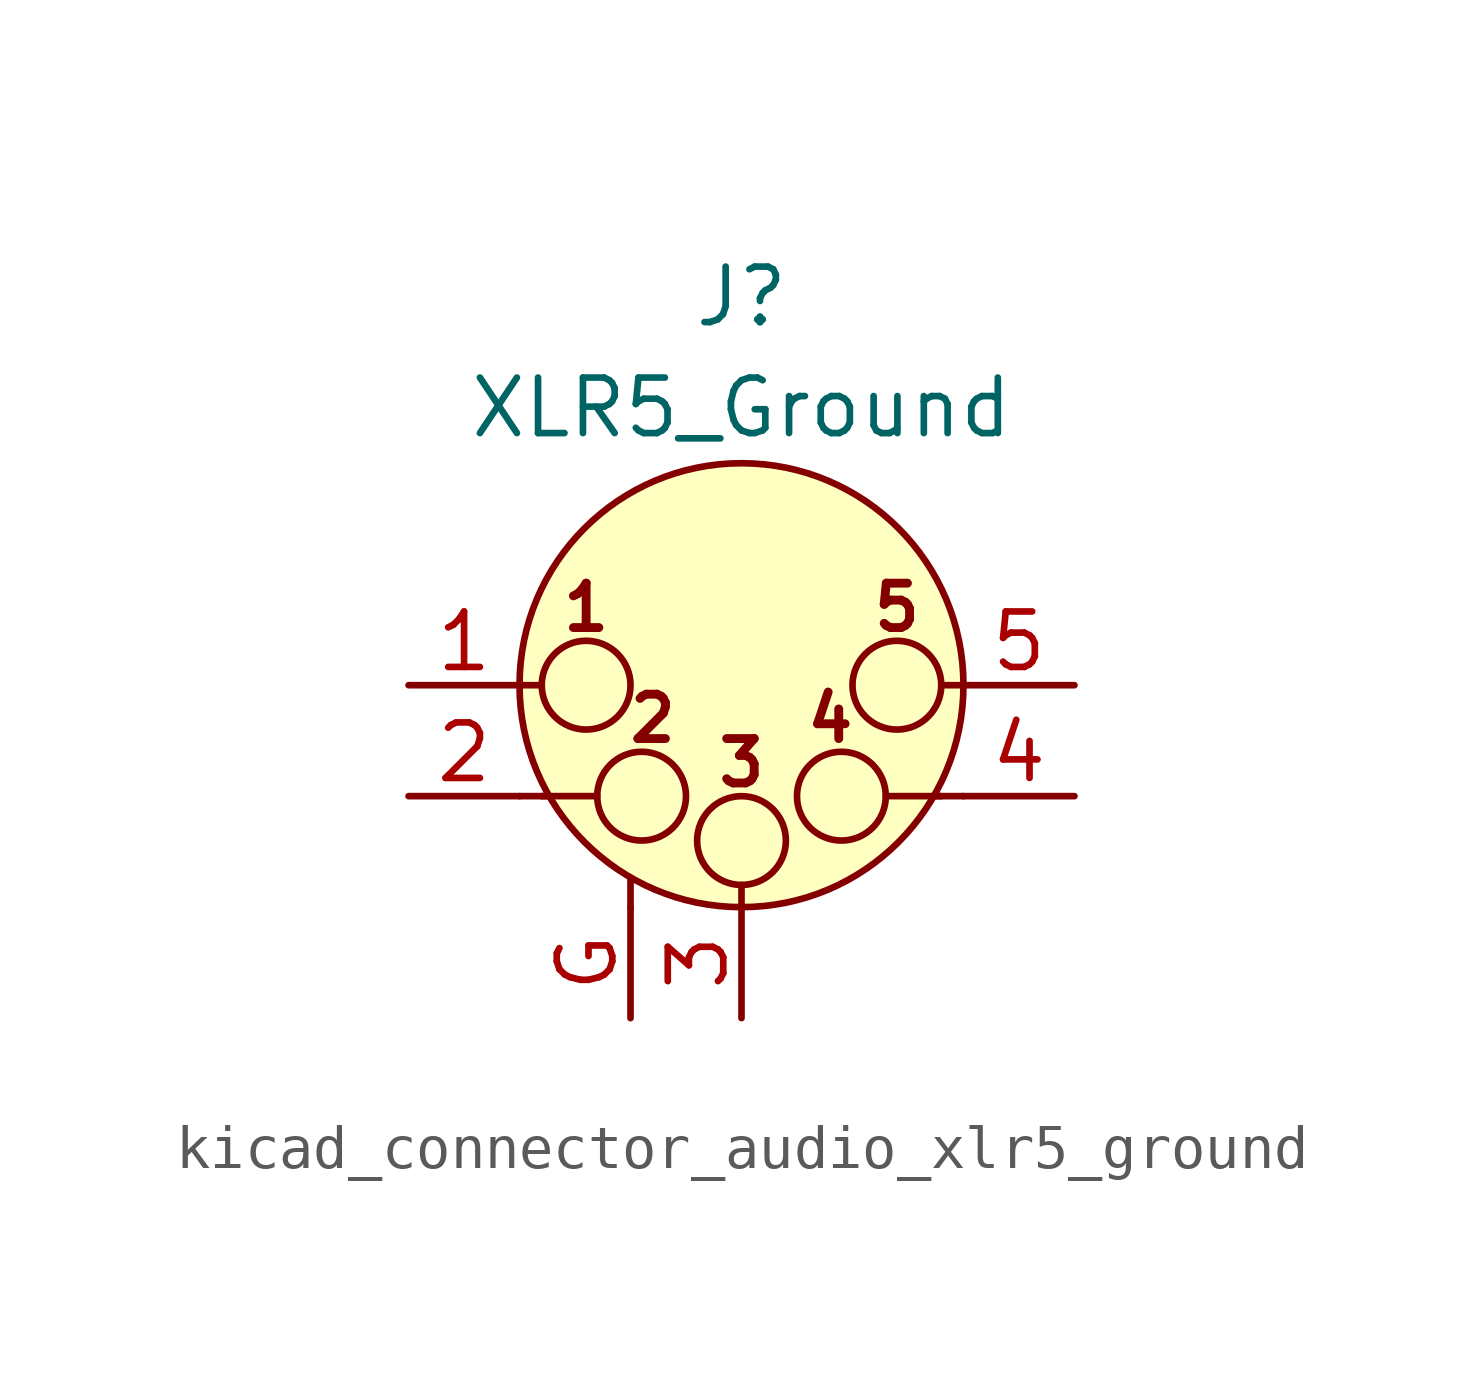
<source format=kicad_sym>
(kicad_symbol_lib
  (version 20220914)
  (generator kicad_symbol_editor)
  (symbol "kicad_connector_audio_xlr5_ground"
    (pin_names hide)
    (property "Reference" "J"
      (at 0 8.89 0)
      (effects (font (size 1.27 1.27))))
    (property "Value" "XLR5_Ground"
      (at 0 6.35 0)
      (effects (font (size 1.27 1.27))))
    (symbol "kicad_connector_audio_xlr5_ground_0_1"
      (circle (center -3.556 0) (radius 1.016) (stroke (width 0) (type default)) (fill (type none)))
      (circle (center -2.286 -2.54) (radius 1.016) (stroke (width 0) (type default)) (fill (type none)))
      (circle (center 0 -3.556) (radius 1.016) (stroke (width 0) (type default)) (fill (type none)))
      (polyline (pts (xy -5.08 -2.54) (xy -4.445 -2.54)) (stroke (width 0) (type default)) (fill (type none)))
      (polyline (pts (xy -5.08 0) (xy -4.572 0)) (stroke (width 0) (type default)) (fill (type none)))
      (polyline (pts (xy -4.572 -2.54) (xy -3.302 -2.54)) (stroke (width 0) (type default)) (fill (type none)))
      (polyline (pts (xy -2.54 -5.08) (xy -2.54 -4.445)) (stroke (width 0) (type default)) (fill (type none)))
      (polyline (pts (xy 0 -5.08) (xy 0 -4.572)) (stroke (width 0) (type default)) (fill (type none)))
      (polyline (pts (xy 4.572 -2.54) (xy 3.302 -2.54)) (stroke (width 0) (type default)) (fill (type none)))
      (polyline (pts (xy 5.08 -2.54) (xy 4.445 -2.54)) (stroke (width 0) (type default)) (fill (type none)))
      (polyline (pts (xy 5.08 0) (xy 4.572 0)) (stroke (width 0) (type default)) (fill (type none)))
      (circle (center 0 0) (radius 5.08) (stroke (width 0) (type default)) (fill (type background)))
      (circle (center 2.286 -2.54) (radius 1.016) (stroke (width 0) (type default)) (fill (type none)))
      (circle (center 3.556 0) (radius 1.016) (stroke (width 0) (type default)) (fill (type none)))
      (text "1" (at -3.556 1.778 0) (effects (font (size 1.016 1.016) bold)))
      (text "2" (at -2.032 -0.762 0) (effects (font (size 1.016 1.016) bold)))
      (text "3" (at 0 -1.778 0) (effects (font (size 1.016 1.016) bold)))
      (text "4" (at 2.032 -0.762 0) (effects (font (size 1.016 1.016) bold)))
      (text "5" (at 3.556 1.778 0) (effects (font (size 1.016 1.016) bold))))
    (symbol "kicad_connector_audio_xlr5_ground_1_1"
      (pin passive line (at -7.62 0 0) (length 2.54) (name "P1" (effects (font (size 1.27 1.27)))) (number "1" (effects (font (size 1.27 1.27)))))
      (pin passive line (at -7.62 -2.54 0) (length 2.54) (name "P2" (effects (font (size 1.27 1.27)))) (number "2" (effects (font (size 1.27 1.27)))))
      (pin passive line (at 0 -7.62 90) (length 2.54) (name "P3" (effects (font (size 1.27 1.27)))) (number "3" (effects (font (size 1.27 1.27)))))
      (pin passive line (at 7.62 -2.54 180) (length 2.54) (name "P3" (effects (font (size 1.27 1.27)))) (number "4" (effects (font (size 1.27 1.27)))))
      (pin passive line (at 7.62 0 180) (length 2.54) (name "P5" (effects (font (size 1.27 1.27)))) (number "5" (effects (font (size 1.27 1.27)))))
      (pin passive line (at -2.54 -7.62 90) (length 2.54) (name "~" (effects (font (size 1.27 1.27)))) (number "G" (effects (font (size 1.27 1.27))))))))
</source>
